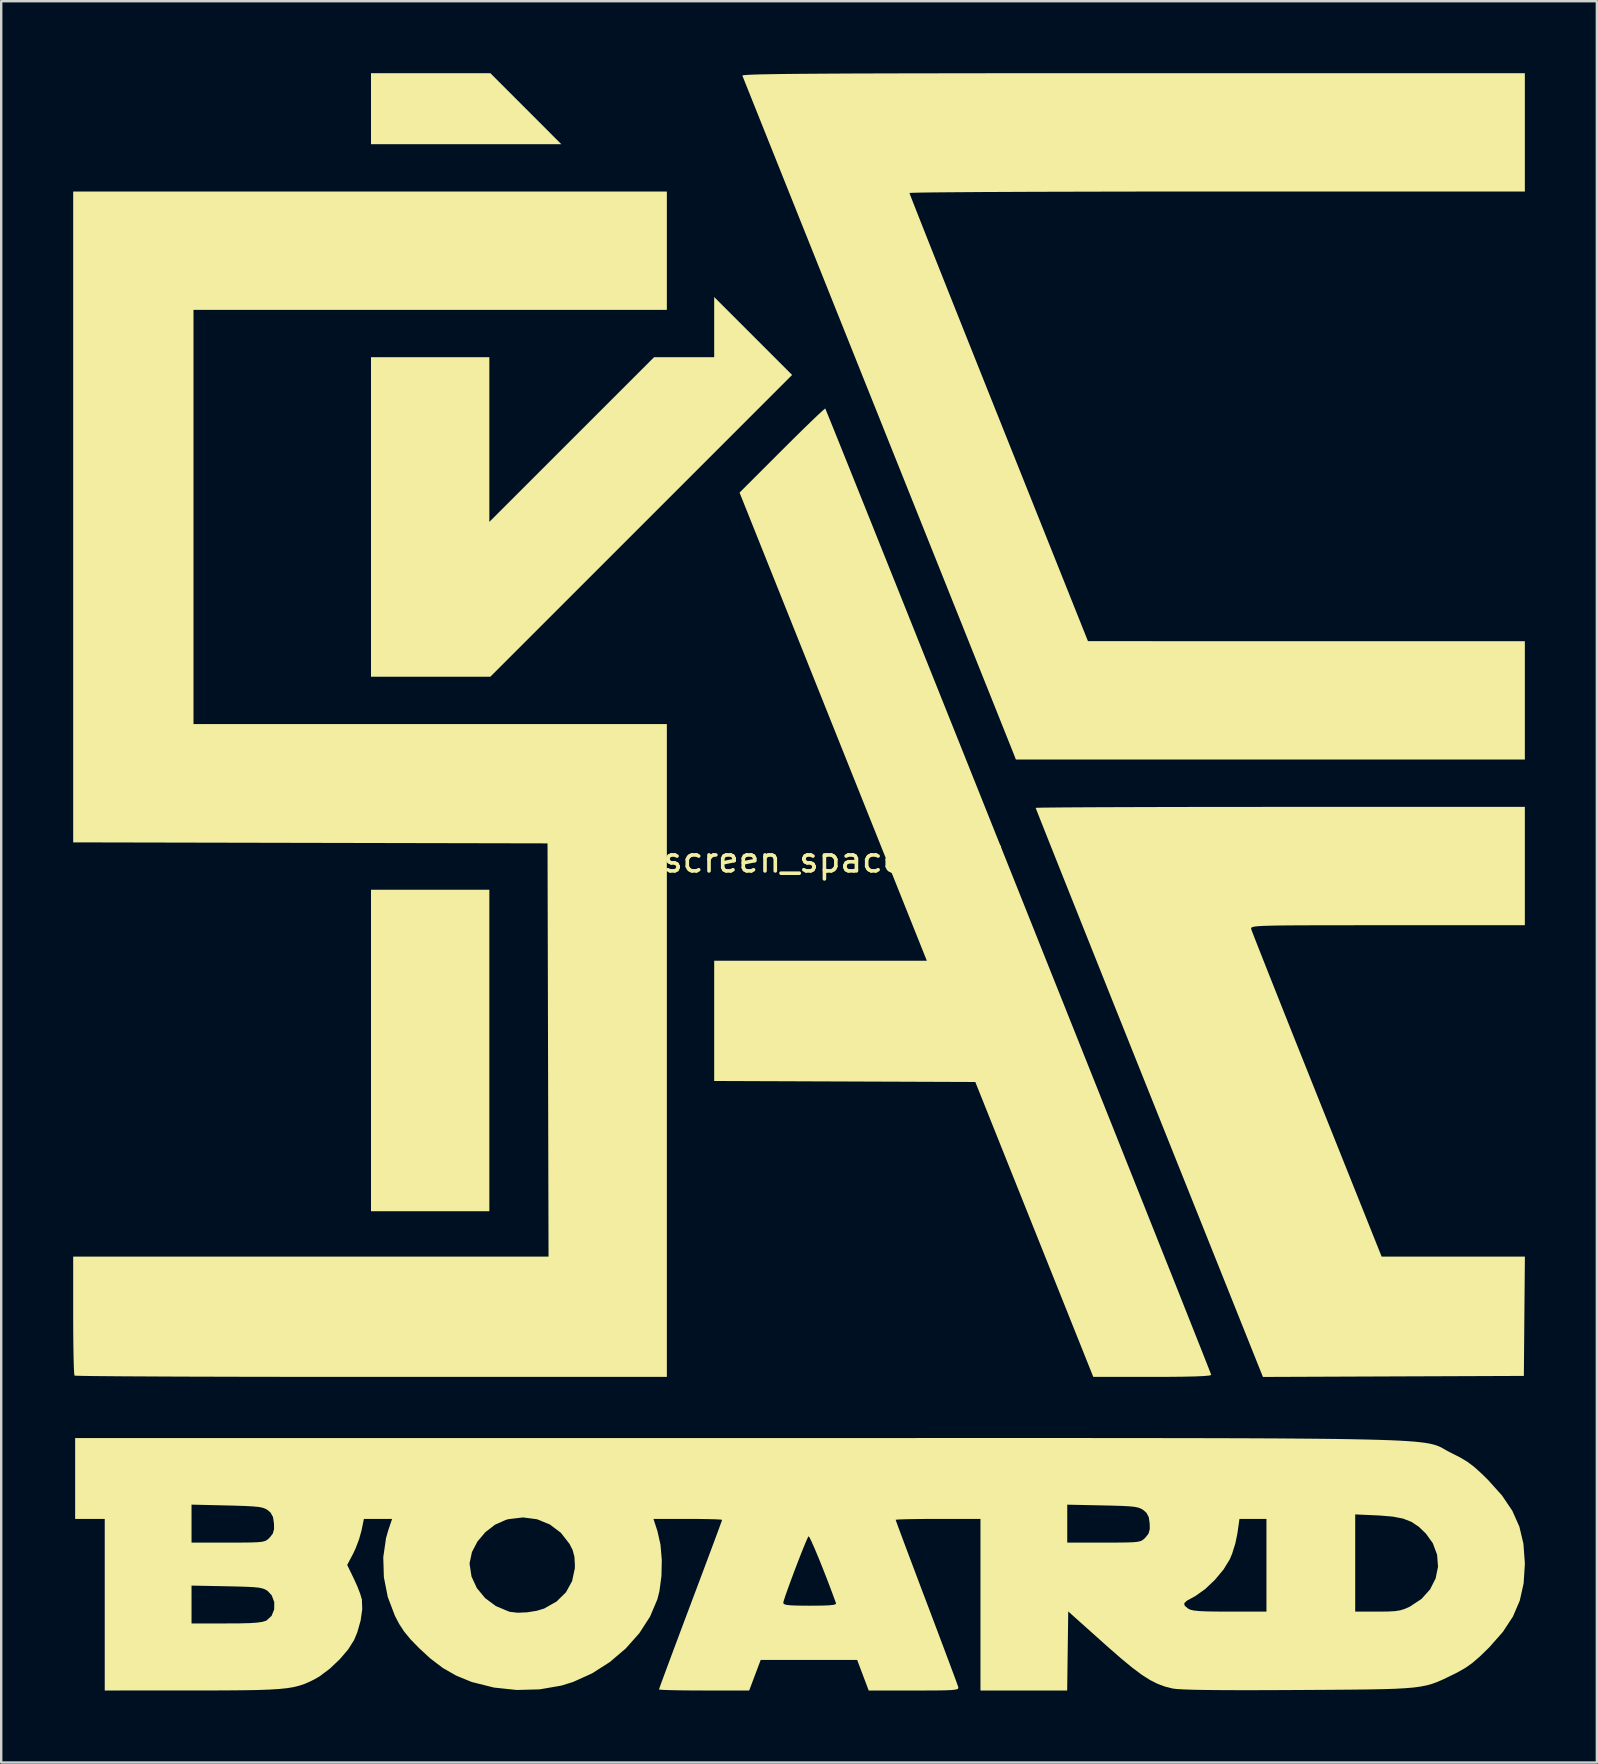
<source format=kicad_pcb>
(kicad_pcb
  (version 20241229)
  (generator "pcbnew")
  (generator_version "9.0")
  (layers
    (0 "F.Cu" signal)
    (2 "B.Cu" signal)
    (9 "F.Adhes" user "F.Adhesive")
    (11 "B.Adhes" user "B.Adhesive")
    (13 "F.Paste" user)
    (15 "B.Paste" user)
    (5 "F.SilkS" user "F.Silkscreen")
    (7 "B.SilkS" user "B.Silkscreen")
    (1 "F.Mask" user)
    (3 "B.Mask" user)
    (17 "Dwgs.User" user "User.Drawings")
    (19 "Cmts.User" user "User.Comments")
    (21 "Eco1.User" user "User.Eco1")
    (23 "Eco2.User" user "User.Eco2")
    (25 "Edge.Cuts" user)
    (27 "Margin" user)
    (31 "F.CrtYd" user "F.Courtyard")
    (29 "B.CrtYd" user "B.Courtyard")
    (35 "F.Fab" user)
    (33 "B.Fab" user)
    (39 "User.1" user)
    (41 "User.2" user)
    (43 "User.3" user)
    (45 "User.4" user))
  (footprint "Silkscreen_spaccboard"
    (layer "F.Cu")
    (at 30.332 33.291)
    (property "Reference" "Silkscreen_spaccboard" (at 0 -0.5 0) (unlocked yes) (layer "F.SilkS") (effects (font (size 1 1) (thickness 0.15))))
    (fp_poly (pts (xy -12.988 14.139) (xy -17.92 14.139) (xy -17.92 0.74) (xy -12.988 0.74)) (stroke (width 0) (type solid)) (fill yes) (layer "F.SilkS"))
    (fp_poly (pts (xy -11.467 -31.812) (xy -9.989 -30.332) (xy -17.92 -30.332) (xy -17.92 -33.291) (xy -12.945 -33.291)) (stroke (width 0) (type solid)) (fill yes) (layer "F.SilkS"))
    (fp_poly (pts (xy -0.37 -20.715) (xy -6.658 -14.426) (xy -12.946 -8.138) (xy -17.92 -8.138) (xy -17.92 -21.454) (xy -12.988 -21.454) (xy -12.988 -14.591) (xy -9.555 -18.023) (xy -6.123 -21.454) (xy -3.617 -21.454) (xy -3.617 -23.961)) (stroke (width 0) (type solid)) (fill yes) (layer "F.SilkS"))
    (fp_poly (pts (xy -5.59 -23.427) (xy -25.318 -23.427) (xy -25.318 -6.165) (xy -5.59 -6.165) (xy -5.59 21.043) (xy -17.906 21.043) (xy -19.316 21.043) (xy -20.681 21.042) (xy -21.993 21.04) (xy -23.241 21.038) (xy -24.418 21.035) (xy -25.513 21.032) (xy -26.518 21.028) (xy -27.424 21.023) (xy -28.222 21.019) (xy -28.903 21.013) (xy -29.457 21.008) (xy -29.876 21.002) (xy -30.151 20.996) (xy -30.272 20.99) (xy -30.277 20.989) (xy -30.291 20.896) (xy -30.304 20.659) (xy -30.314 20.299) (xy -30.323 19.838) (xy -30.329 19.295) (xy -30.332 18.691) (xy -30.332 18.481) (xy -30.332 16.029) (xy -10.521 16.029) (xy -10.542 7.419) (xy -10.563 -1.192) (xy -20.447 -1.213) (xy -30.332 -1.234) (xy -30.332 -28.359) (xy -5.59 -28.359)) (stroke (width 0) (type solid)) (fill yes) (layer "F.SilkS"))
    (fp_poly (pts (xy 1.046 -19.233) (xy 1.138 -19.007) (xy 1.285 -18.645) (xy 1.484 -18.152) (xy 1.731 -17.538) (xy 2.024 -16.809) (xy 2.359 -15.974) (xy 2.734 -15.041) (xy 3.144 -14.016) (xy 3.588 -12.908) (xy 4.062 -11.724) (xy 4.563 -10.472) (xy 5.088 -9.159) (xy 5.634 -7.794) (xy 6.198 -6.385) (xy 6.777 -4.938) (xy 7.367 -3.461) (xy 7.966 -1.962) (xy 8.57 -0.45) (xy 9.177 1.069) (xy 9.783 2.587) (xy 10.385 4.096) (xy 10.981 5.588) (xy 11.567 7.056) (xy 12.14 8.492) (xy 12.697 9.888) (xy 13.235 11.237) (xy 13.75 12.531) (xy 14.241 13.761) (xy 14.703 14.922) (xy 15.134 16.004) (xy 15.531 17) (xy 15.89 17.903) (xy 16.208 18.704) (xy 16.483 19.397) (xy 16.711 19.972) (xy 16.889 20.424) (xy 17.015 20.743) (xy 17.084 20.923) (xy 17.098 20.961) (xy 17.016 20.987) (xy 16.776 21.008) (xy 16.383 21.025) (xy 15.842 21.036) (xy 15.158 21.042) (xy 14.64 21.043) (xy 12.182 21.043) (xy 9.724 14.899) (xy 7.266 8.754) (xy -3.617 8.712) (xy -3.617 3.699) (xy 5.245 3.699) (xy 1.342 -6.056) (xy -2.56 -15.811) (xy -0.79 -17.581) (xy -0.349 -18.02) (xy 0.054 -18.417) (xy 0.405 -18.758) (xy 0.688 -19.029) (xy 0.891 -19.217) (xy 0.998 -19.308) (xy 1.011 -19.314)) (stroke (width 0) (type solid)) (fill yes) (layer "F.SilkS"))
    (fp_poly (pts (xy 30.168 2.219) (xy 24.445 2.219) (xy 23.337 2.219) (xy 22.383 2.22) (xy 21.57 2.221) (xy 20.888 2.223) (xy 20.325 2.226) (xy 19.87 2.231) (xy 19.512 2.239) (xy 19.239 2.248) (xy 19.04 2.26) (xy 18.904 2.275) (xy 18.82 2.294) (xy 18.776 2.316) (xy 18.76 2.342) (xy 18.763 2.372) (xy 18.766 2.387) (xy 18.803 2.487) (xy 18.896 2.728) (xy 19.041 3.099) (xy 19.235 3.59) (xy 19.471 4.187) (xy 19.747 4.882) (xy 20.056 5.661) (xy 20.396 6.515) (xy 20.761 7.431) (xy 21.148 8.399) (xy 21.505 9.292) (xy 24.199 16.029) (xy 30.17 16.029) (xy 30.148 18.516) (xy 30.127 21.002) (xy 24.689 21.023) (xy 19.252 21.045) (xy 14.517 9.207) (xy 13.984 7.875) (xy 13.468 6.584) (xy 12.972 5.344) (xy 12.5 4.161) (xy 12.055 3.045) (xy 11.639 2.004) (xy 11.257 1.045) (xy 10.911 0.178) (xy 10.605 -0.591) (xy 10.342 -1.251) (xy 10.126 -1.796) (xy 9.959 -2.217) (xy 9.846 -2.505) (xy 9.788 -2.653) (xy 9.782 -2.672) (xy 9.862 -2.677) (xy 10.098 -2.682) (xy 10.477 -2.686) (xy 10.992 -2.691) (xy 11.631 -2.695) (xy 12.385 -2.699) (xy 13.245 -2.702) (xy 14.199 -2.705) (xy 15.239 -2.708) (xy 16.355 -2.71) (xy 17.536 -2.711) (xy 18.773 -2.712) (xy 19.975 -2.713) (xy 30.168 -2.713)) (stroke (width 0) (type solid)) (fill yes) (layer "F.SilkS"))
    (fp_poly (pts (xy 30.168 -28.359) (xy 17.344 -28.359) (xy 15.906 -28.359) (xy 14.513 -28.358) (xy 13.174 -28.356) (xy 11.899 -28.353) (xy 10.695 -28.35) (xy 9.571 -28.347) (xy 8.537 -28.342) (xy 7.601 -28.338) (xy 6.773 -28.332) (xy 6.06 -28.327) (xy 5.471 -28.321) (xy 5.016 -28.315) (xy 4.704 -28.308) (xy 4.542 -28.301) (xy 4.521 -28.298) (xy 4.551 -28.215) (xy 4.638 -27.989) (xy 4.779 -27.629) (xy 4.97 -27.145) (xy 5.207 -26.545) (xy 5.487 -25.839) (xy 5.806 -25.036) (xy 6.159 -24.147) (xy 6.545 -23.179) (xy 6.958 -22.142) (xy 7.395 -21.047) (xy 7.852 -19.901) (xy 8.241 -18.928) (xy 11.96 -9.62) (xy 30.168 -9.617) (xy 30.168 -4.685) (xy 8.956 -4.685) (xy 8.885 -4.87) (xy 8.847 -4.965) (xy 8.752 -5.204) (xy 8.601 -5.581) (xy 8.399 -6.087) (xy 8.148 -6.716) (xy 7.851 -7.458) (xy 7.511 -8.307) (xy 7.132 -9.255) (xy 6.717 -10.294) (xy 6.267 -11.417) (xy 5.788 -12.616) (xy 5.281 -13.883) (xy 4.75 -15.211) (xy 4.198 -16.591) (xy 3.627 -18.017) (xy 3.206 -19.071) (xy 2.624 -20.523) (xy 2.06 -21.934) (xy 1.514 -23.298) (xy 0.991 -24.606) (xy 0.493 -25.851) (xy 0.023 -27.024) (xy -0.415 -28.12) (xy -0.819 -29.129) (xy -1.185 -30.044) (xy -1.511 -30.858) (xy -1.793 -31.563) (xy -2.028 -32.151) (xy -2.214 -32.615) (xy -2.347 -32.947) (xy -2.424 -33.14) (xy -2.443 -33.189) (xy -2.419 -33.201) (xy -2.333 -33.213) (xy -2.18 -33.223) (xy -1.954 -33.233) (xy -1.648 -33.242) (xy -1.257 -33.249) (xy -0.776 -33.257) (xy -0.199 -33.263) (xy 0.481 -33.268) (xy 1.268 -33.273) (xy 2.169 -33.278) (xy 3.189 -33.281) (xy 4.334 -33.284) (xy 5.61 -33.286) (xy 7.022 -33.288) (xy 8.577 -33.29) (xy 10.28 -33.291) (xy 12.136 -33.291) (xy 13.842 -33.291) (xy 30.168 -33.291)) (stroke (width 0) (type solid)) (fill yes) (layer "F.SilkS"))
    (fp_poly (pts (xy 10.552 23.59) (xy 12.246 23.591) (xy 13.812 23.592) (xy 15.256 23.594) (xy 16.583 23.596) (xy 17.799 23.599) (xy 18.907 23.603) (xy 19.915 23.608) (xy 20.826 23.615) (xy 21.647 23.622) (xy 22.382 23.631) (xy 23.037 23.642) (xy 23.617 23.654) (xy 24.127 23.668) (xy 24.573 23.683) (xy 24.96 23.701) (xy 25.293 23.721) (xy 25.577 23.742) (xy 25.817 23.767) (xy 26.02 23.793) (xy 26.189 23.822) (xy 26.331 23.854) (xy 26.451 23.888) (xy 26.554 23.925) (xy 26.644 23.965) (xy 26.728 24.009) (xy 26.811 24.055) (xy 26.898 24.105) (xy 26.994 24.158) (xy 27.104 24.214) (xy 27.119 24.222) (xy 27.483 24.407) (xy 27.78 24.586) (xy 28.056 24.794) (xy 28.357 25.065) (xy 28.644 25.347) (xy 29.219 25.989) (xy 29.647 26.624) (xy 29.939 27.282) (xy 30.108 27.992) (xy 30.167 28.782) (xy 30.168 28.852) (xy 30.117 29.651) (xy 29.956 30.367) (xy 29.672 31.03) (xy 29.254 31.668) (xy 28.688 32.31) (xy 28.648 32.35) (xy 28.281 32.706) (xy 27.973 32.971) (xy 27.68 33.177) (xy 27.356 33.36) (xy 27.208 33.434) (xy 26.95 33.56) (xy 26.723 33.668) (xy 26.511 33.76) (xy 26.301 33.836) (xy 26.078 33.898) (xy 25.826 33.948) (xy 25.532 33.988) (xy 25.181 34.018) (xy 24.757 34.041) (xy 24.247 34.057) (xy 23.636 34.069) (xy 22.908 34.077) (xy 22.05 34.084) (xy 21.046 34.09) (xy 20.728 34.092) (xy 19.549 34.098) (xy 18.53 34.1) (xy 17.664 34.098) (xy 16.949 34.092) (xy 16.378 34.082) (xy 15.946 34.068) (xy 15.648 34.05) (xy 15.49 34.03) (xy 15.169 33.949) (xy 14.861 33.835) (xy 14.545 33.675) (xy 14.203 33.457) (xy 13.812 33.165) (xy 13.353 32.787) (xy 12.806 32.31) (xy 12.613 32.138) (xy 11.138 30.818) (xy 11.094 34.113) (xy 7.48 34.113) (xy 7.48 30.48) (xy 15.97 30.48) (xy 15.993 30.581) (xy 16.13 30.697) (xy 16.224 30.744) (xy 16.369 30.778) (xy 16.589 30.802) (xy 16.906 30.816) (xy 17.344 30.823) (xy 17.856 30.825) (xy 19.399 30.825) (xy 23.098 30.825) (xy 24.028 30.825) (xy 24.449 30.822) (xy 24.75 30.806) (xy 24.976 30.771) (xy 25.169 30.711) (xy 25.373 30.618) (xy 25.384 30.612) (xy 25.862 30.296) (xy 26.219 29.898) (xy 26.45 29.442) (xy 26.549 28.953) (xy 26.511 28.455) (xy 26.332 27.973) (xy 26.045 27.574) (xy 25.749 27.289) (xy 25.445 27.086) (xy 25.094 26.949) (xy 24.66 26.865) (xy 24.105 26.819) (xy 24.036 26.816) (xy 23.098 26.774) (xy 23.098 30.825) (xy 19.399 30.825) (xy 19.399 26.962) (xy 18.274 26.962) (xy 18.189 27.562) (xy 18.102 27.986) (xy 17.967 28.416) (xy 17.869 28.65) (xy 17.608 29.073) (xy 17.252 29.501) (xy 16.846 29.885) (xy 16.437 30.177) (xy 16.33 30.235) (xy 16.078 30.373) (xy 15.97 30.48) (xy 7.48 30.48) (xy 7.48 27.948) (xy 11.097 27.948) (xy 12.622 27.948) (xy 13.157 27.948) (xy 13.553 27.944) (xy 13.834 27.934) (xy 14.027 27.916) (xy 14.155 27.885) (xy 14.244 27.839) (xy 14.319 27.775) (xy 14.352 27.742) (xy 14.484 27.576) (xy 14.536 27.388) (xy 14.533 27.154) (xy 14.493 26.884) (xy 14.397 26.707) (xy 14.278 26.601) (xy 14.181 26.539) (xy 14.066 26.493) (xy 13.907 26.459) (xy 13.676 26.436) (xy 13.348 26.419) (xy 12.897 26.406) (xy 12.572 26.399) (xy 11.097 26.368) (xy 11.097 27.948) (xy 7.48 27.948) (xy 7.48 26.962) (xy 5.713 26.962) (xy 5.194 26.963) (xy 4.735 26.968) (xy 4.36 26.975) (xy 4.093 26.984) (xy 3.958 26.995) (xy 3.946 26.999) (xy 3.974 27.081) (xy 4.054 27.301) (xy 4.182 27.644) (xy 4.349 28.093) (xy 4.552 28.633) (xy 4.784 29.248) (xy 5.038 29.923) (xy 5.231 30.431) (xy 5.5 31.143) (xy 5.752 31.811) (xy 5.98 32.418) (xy 6.179 32.948) (xy 6.342 33.385) (xy 6.463 33.712) (xy 6.536 33.913) (xy 6.555 33.969) (xy 6.558 34.016) (xy 6.526 34.051) (xy 6.438 34.076) (xy 6.276 34.094) (xy 6.022 34.105) (xy 5.655 34.111) (xy 5.156 34.113) (xy 4.709 34.113) (xy 2.822 34.113) (xy 2.582 33.476) (xy 2.341 32.839) (xy -1.679 32.839) (xy -2.159 34.113) (xy -4.039 34.113) (xy -4.575 34.111) (xy -5.051 34.106) (xy -5.445 34.098) (xy -5.734 34.088) (xy -5.894 34.076) (xy -5.918 34.069) (xy -5.89 33.985) (xy -5.81 33.763) (xy -5.683 33.419) (xy -5.515 32.967) (xy -5.313 32.423) (xy -5.081 31.804) (xy -4.826 31.123) (xy -4.603 30.532) (xy -4.577 30.461) (xy -0.74 30.461) (xy -0.712 30.51) (xy -0.614 30.543) (xy -0.422 30.564) (xy -0.114 30.575) (xy 0.333 30.579) (xy 0.379 30.579) (xy 0.846 30.575) (xy 1.169 30.563) (xy 1.364 30.542) (xy 1.453 30.508) (xy 1.46 30.476) (xy 1.279 29.984) (xy 1.091 29.488) (xy 0.903 29.009) (xy 0.726 28.57) (xy 0.569 28.196) (xy 0.442 27.908) (xy 0.354 27.73) (xy 0.315 27.683) (xy 0.263 27.782) (xy 0.168 28.004) (xy 0.04 28.319) (xy -0.107 28.694) (xy -0.262 29.098) (xy -0.412 29.501) (xy -0.547 29.871) (xy -0.655 30.176) (xy -0.722 30.385) (xy -0.74 30.461) (xy -4.577 30.461) (xy -4.333 29.814) (xy -4.082 29.145) (xy -3.855 28.538) (xy -3.658 28.011) (xy -3.497 27.578) (xy -3.378 27.255) (xy -3.307 27.058) (xy -3.288 27.001) (xy -3.366 26.988) (xy -3.582 26.977) (xy -3.909 26.969) (xy -4.322 26.963) (xy -4.718 26.962) (xy -6.148 26.962) (xy -5.981 27.476) (xy -5.856 28.03) (xy -5.801 28.672) (xy -5.815 29.339) (xy -5.899 29.969) (xy -5.985 30.312) (xy -6.291 31.035) (xy -6.738 31.726) (xy -7.305 32.363) (xy -7.968 32.928) (xy -8.706 33.399) (xy -9.497 33.757) (xy -9.987 33.909) (xy -10.891 34.065) (xy -11.843 34.091) (xy -12.794 33.991) (xy -13.692 33.766) (xy -13.753 33.746) (xy -14.366 33.494) (xy -14.919 33.179) (xy -15.457 32.77) (xy -15.922 32.34) (xy -16.276 31.976) (xy -16.537 31.659) (xy -16.746 31.339) (xy -16.922 31.003) (xy -17.221 30.215) (xy -17.384 29.389) (xy -17.4 28.846) (xy -13.81 28.846) (xy -13.731 29.364) (xy -13.509 29.844) (xy -13.163 30.263) (xy -12.713 30.596) (xy -12.179 30.82) (xy -12.125 30.835) (xy -11.808 30.872) (xy -11.413 30.855) (xy -11.013 30.791) (xy -10.705 30.698) (xy -10.188 30.406) (xy -9.795 30.02) (xy -9.539 29.555) (xy -9.426 29.025) (xy -9.422 28.894) (xy -9.442 28.539) (xy -9.517 28.258) (xy -9.645 28.005) (xy -10.009 27.538) (xy -10.469 27.192) (xy -11.001 26.976) (xy -11.583 26.9) (xy -12.19 26.972) (xy -12.295 27) (xy -12.75 27.202) (xy -13.156 27.516) (xy -13.486 27.907) (xy -13.713 28.343) (xy -13.808 28.789) (xy -13.81 28.846) (xy -17.4 28.846) (xy -17.409 28.558) (xy -17.293 27.757) (xy -17.196 27.42) (xy -17.041 26.962) (xy -18.216 26.962) (xy -18.317 27.451) (xy -18.417 27.809) (xy -18.564 28.196) (xy -18.665 28.411) (xy -18.912 28.88) (xy -18.63 29.462) (xy -18.485 29.784) (xy -18.368 30.089) (xy -18.302 30.316) (xy -18.299 30.332) (xy -18.285 30.728) (xy -18.353 31.199) (xy -18.49 31.684) (xy -18.626 32.011) (xy -18.873 32.402) (xy -19.224 32.813) (xy -19.634 33.201) (xy -20.057 33.52) (xy -20.284 33.651) (xy -20.496 33.755) (xy -20.699 33.842) (xy -20.911 33.913) (xy -21.146 33.971) (xy -21.421 34.016) (xy -21.754 34.05) (xy -22.16 34.075) (xy -22.656 34.093) (xy -23.258 34.103) (xy -23.983 34.109) (xy -24.846 34.112) (xy -25.379 34.112) (xy -29.017 34.113) (xy -29.017 31.318) (xy -25.4 31.318) (xy -23.957 31.318) (xy -23.394 31.315) (xy -22.971 31.304) (xy -22.664 31.284) (xy -22.45 31.253) (xy -22.305 31.209) (xy -22.273 31.194) (xy -22.062 31.001) (xy -21.954 30.73) (xy -21.952 30.428) (xy -22.059 30.146) (xy -22.221 29.97) (xy -22.317 29.908) (xy -22.431 29.862) (xy -22.589 29.828) (xy -22.818 29.805) (xy -23.143 29.789) (xy -23.59 29.776) (xy -23.926 29.769) (xy -25.4 29.741) (xy -25.4 31.318) (xy -29.017 31.318) (xy -29.017 27.948) (xy -25.4 27.948) (xy -23.876 27.948) (xy -23.34 27.948) (xy -22.944 27.944) (xy -22.663 27.934) (xy -22.47 27.916) (xy -22.342 27.885) (xy -22.253 27.839) (xy -22.178 27.775) (xy -22.145 27.742) (xy -22.013 27.576) (xy -21.961 27.388) (xy -21.964 27.154) (xy -22.004 26.883) (xy -22.101 26.705) (xy -22.215 26.604) (xy -22.311 26.543) (xy -22.428 26.498) (xy -22.593 26.464) (xy -22.831 26.441) (xy -23.168 26.423) (xy -23.63 26.408) (xy -23.921 26.401) (xy -25.4 26.366) (xy -25.4 27.948) (xy -29.017 27.948) (xy -29.017 26.962) (xy -30.25 26.962) (xy -30.25 23.592) (xy -2.586 23.592) (xy -0.016 23.591) (xy 2.395 23.591) (xy 4.652 23.591) (xy 6.76 23.59) (xy 8.725 23.59)) (stroke (width 0) (type solid)) (fill yes) (layer "F.SilkS")))
  (gr_rect
    (start -3 -3)
    (end 63.502 70.405)
    (stroke (width 0.1) (type default))
    (fill no)
    (layer "Edge.Cuts")))
</source>
